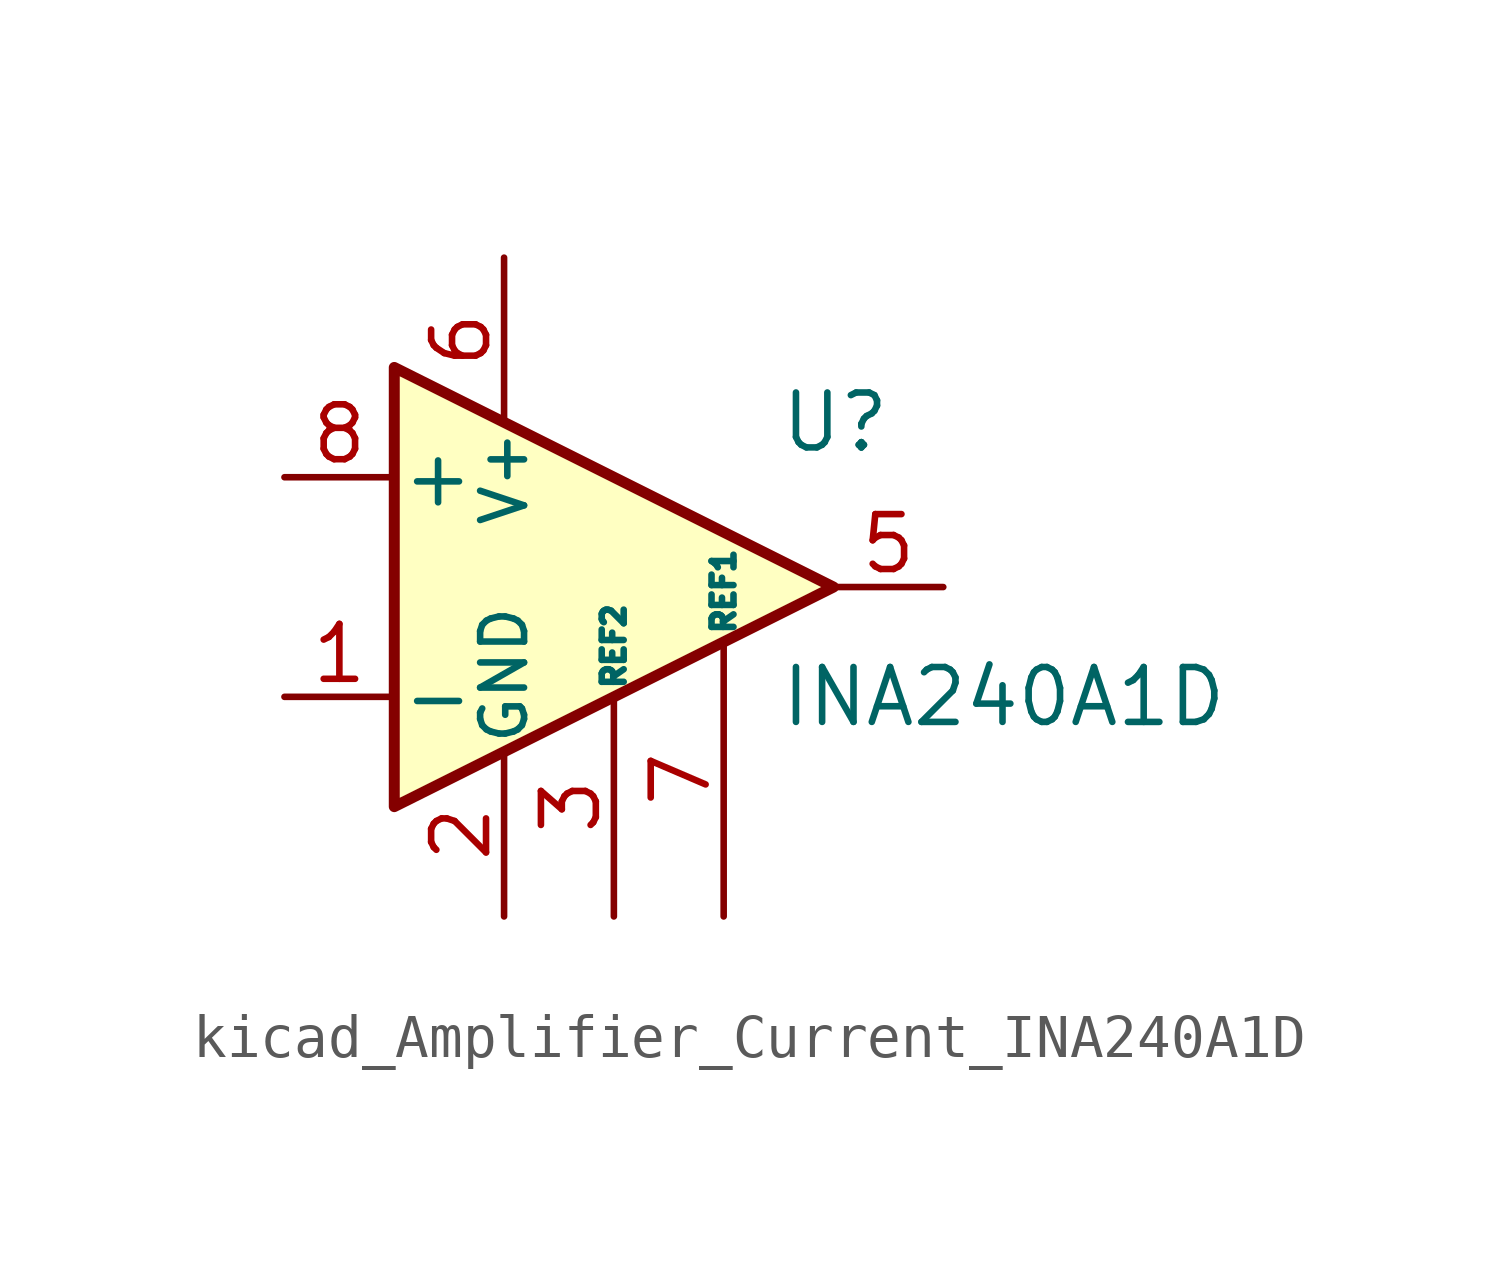
<source format=kicad_sym>
(kicad_symbol_lib
  (version 20220914)
  (generator kicad_symbol_editor)
  (symbol "kicad_Amplifier_Current_INA240A1D"
    (pin_names
      (offset 0.127))
    (property "Reference" "U"
      (at 3.81 3.81 0)
      (effects (font (size 1.27 1.27)) (justify left)))
    (property "Value" "INA240A1D"
      (at 3.81 -2.54 0)
      (effects (font (size 1.27 1.27)) (justify left)))
    (symbol "kicad_Amplifier_Current_INA240A1D_0_1"
      (polyline (pts (xy 5.08 0) (xy -5.08 5.08) (xy -5.08 -5.08) (xy 5.08 0)) (stroke (width 0.254) (type default)) (fill (type background))))
    (symbol "kicad_Amplifier_Current_INA240A1D_1_1"
      (pin input line (at -7.62 -2.54 0) (length 2.54) (name "-" (effects (font (size 1.27 1.27)))) (number "1" (effects (font (size 1.27 1.27)))))
      (pin power_in line (at -2.54 -7.62 90) (length 3.81) (name "GND" (effects (font (size 1.016 1.016)))) (number "2" (effects (font (size 1.27 1.27)))))
      (pin passive line (at 0 -7.62 90) (length 5.08) (name "REF2" (effects (font (size 0.508 0.508)))) (number "3" (effects (font (size 1.27 1.27)))))
      (pin passive line (at -2.54 -7.62 90) (length 3.81) hide (name "GND" (effects (font (size 1.016 1.016)))) (number "4" (effects (font (size 1.27 1.27)))))
      (pin output line (at 7.62 0 180) (length 2.54) (name "~" (effects (font (size 1.27 1.27)))) (number "5" (effects (font (size 1.27 1.27)))))
      (pin power_in line (at -2.54 7.62 270) (length 3.81) (name "V+" (effects (font (size 1.016 1.016)))) (number "6" (effects (font (size 1.27 1.27)))))
      (pin passive line (at 2.54 -7.62 90) (length 6.35) (name "REF1" (effects (font (size 0.508 0.508)))) (number "7" (effects (font (size 1.27 1.27)))))
      (pin input line (at -7.62 2.54 0) (length 2.54) (name "+" (effects (font (size 1.27 1.27)))) (number "8" (effects (font (size 1.27 1.27))))))))
</source>
